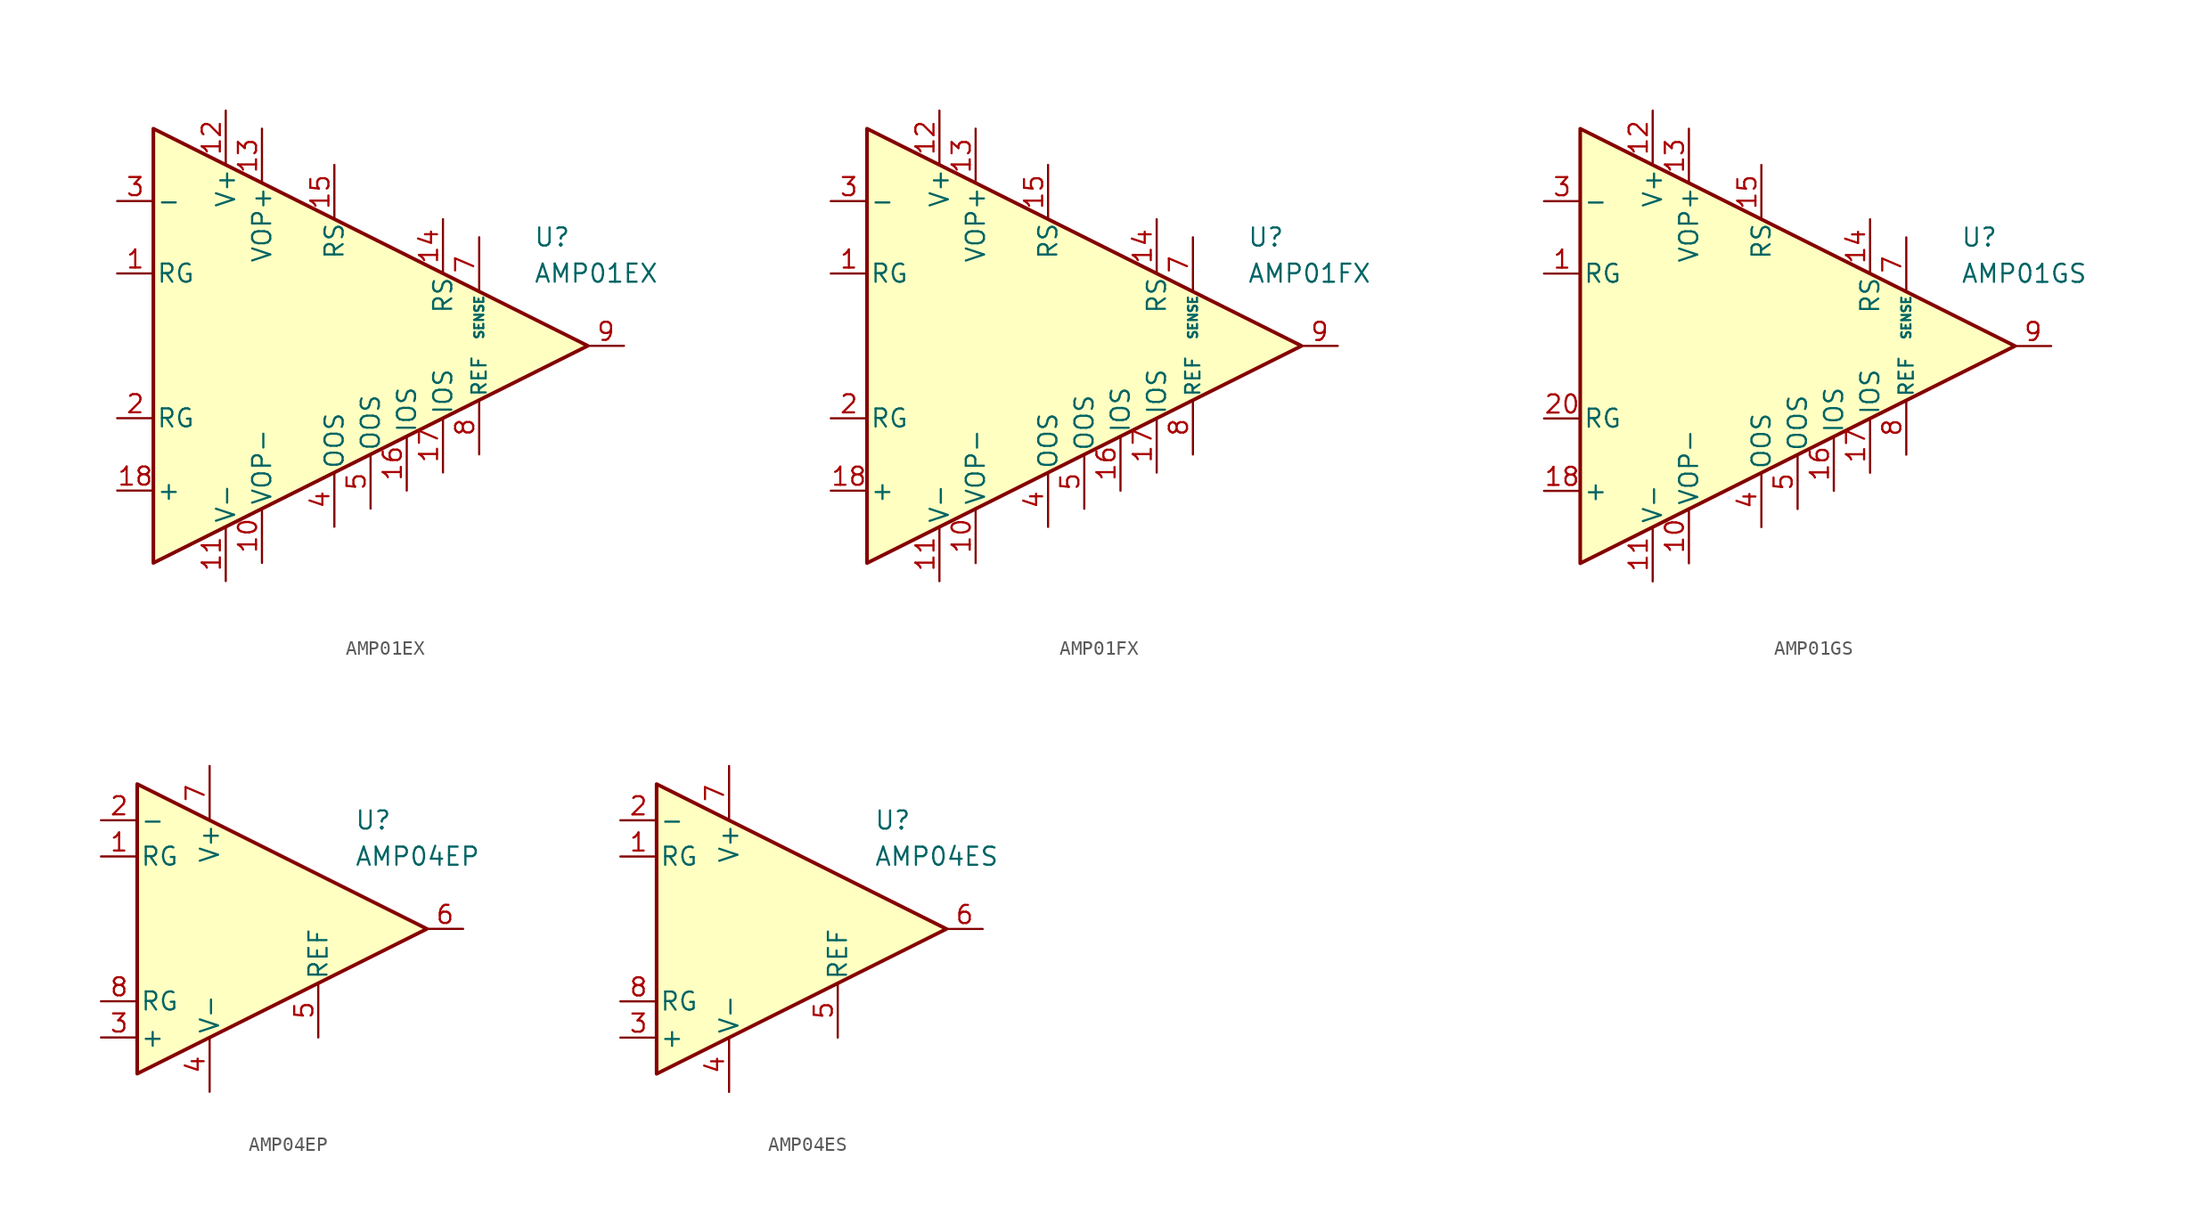
<source format=kicad_sym>
(kicad_symbol_lib
  (version 20231120)
  (generator "kicad_symbol_editor")
  (generator_version "8.0")
  (symbol "AMP01EX"
    (pin_names
      (offset 0.2))
    (property "Reference" "U"
      (at 17.78 7.62 0)
      (effects (font (size 1.27 1.27)) (justify left)))
    (property "Value" "AMP01EX"
      (at 17.78 5.08 0)
      (effects (font (size 1.27 1.27)) (justify left)))
    (symbol "AMP01EX_0_1"
      (polyline (pts (xy -8.89 15.24) (xy -8.89 -15.24) (xy 21.59 0) (xy -8.89 15.24)) (stroke (width 0.254) (type default)) (fill (type background))))
    (symbol "AMP01EX_1_1"
      (pin passive line (at -11.43 5.08 0) (length 2.54) (name "RG" (effects (font (size 1.27 1.27)))) (number "1" (effects (font (size 1.27 1.27)))))
      (pin power_in line (at -1.27 -15.24 90) (length 3.81) (name "VOP-" (effects (font (size 1.27 1.27)))) (number "10" (effects (font (size 1.27 1.27)))))
      (pin power_in line (at -3.81 -16.51 90) (length 3.81) (name "V-" (effects (font (size 1.27 1.27)))) (number "11" (effects (font (size 1.27 1.27)))))
      (pin power_in line (at -3.81 16.51 270) (length 3.81) (name "V+" (effects (font (size 1.27 1.27)))) (number "12" (effects (font (size 1.27 1.27)))))
      (pin power_in line (at -1.27 15.24 270) (length 3.81) (name "VOP+" (effects (font (size 1.27 1.27)))) (number "13" (effects (font (size 1.27 1.27)))))
      (pin passive line (at 11.43 8.89 270) (length 3.81) (name "RS" (effects (font (size 1.27 1.27)))) (number "14" (effects (font (size 1.27 1.27)))))
      (pin passive line (at 3.81 12.7 270) (length 3.81) (name "RS" (effects (font (size 1.27 1.27)))) (number "15" (effects (font (size 1.27 1.27)))))
      (pin passive line (at 8.89 -10.16 90) (length 3.81) (name "IOS" (effects (font (size 1.27 1.27)))) (number "16" (effects (font (size 1.27 1.27)))))
      (pin passive line (at 11.43 -8.89 90) (length 3.81) (name "IOS" (effects (font (size 1.27 1.27)))) (number "17" (effects (font (size 1.27 1.27)))))
      (pin input line (at -11.43 -10.16 0) (length 2.54) (name "+" (effects (font (size 1.27 1.27)))) (number "18" (effects (font (size 1.27 1.27)))))
      (pin passive line (at -11.43 -5.08 0) (length 2.54) (name "RG" (effects (font (size 1.27 1.27)))) (number "2" (effects (font (size 1.27 1.27)))))
      (pin input line (at -11.43 10.16 0) (length 2.54) (name "-" (effects (font (size 1.27 1.27)))) (number "3" (effects (font (size 1.27 1.27)))))
      (pin passive line (at 3.81 -12.7 90) (length 3.81) (name "OOS" (effects (font (size 1.27 1.27)))) (number "4" (effects (font (size 1.27 1.27)))))
      (pin passive line (at 6.35 -11.43 90) (length 3.81) (name "OOS" (effects (font (size 1.27 1.27)))) (number "5" (effects (font (size 1.27 1.27)))))
      (pin no_connect line (at 0 0 0) (length 2.54) hide (name "NC" (effects (font (size 1.27 1.27)))) (number "6" (effects (font (size 1.27 1.27)))))
      (pin input line (at 13.97 7.62 270) (length 3.81) (name "SENSE" (effects (font (size 0.635 0.635)))) (number "7" (effects (font (size 1.27 1.27)))))
      (pin input line (at 13.97 -7.62 90) (length 3.81) (name "REF" (effects (font (size 1 1)))) (number "8" (effects (font (size 1.27 1.27)))))
      (pin output line (at 24.13 0 180) (length 2.54) (name "~" (effects (font (size 1.27 1.27)))) (number "9" (effects (font (size 1.27 1.27)))))))
  (symbol "AMP01FX"
    (pin_names
      (offset 0.2))
    (property "Reference" "U"
      (at 17.78 7.62 0)
      (effects (font (size 1.27 1.27)) (justify left)))
    (property "Value" "AMP01FX"
      (at 17.78 5.08 0)
      (effects (font (size 1.27 1.27)) (justify left)))
    (symbol "AMP01FX_0_1"
      (polyline (pts (xy -8.89 15.24) (xy -8.89 -15.24) (xy 21.59 0) (xy -8.89 15.24)) (stroke (width 0.254) (type default)) (fill (type background))))
    (symbol "AMP01FX_1_1"
      (pin passive line (at -11.43 5.08 0) (length 2.54) (name "RG" (effects (font (size 1.27 1.27)))) (number "1" (effects (font (size 1.27 1.27)))))
      (pin power_in line (at -1.27 -15.24 90) (length 3.81) (name "VOP-" (effects (font (size 1.27 1.27)))) (number "10" (effects (font (size 1.27 1.27)))))
      (pin power_in line (at -3.81 -16.51 90) (length 3.81) (name "V-" (effects (font (size 1.27 1.27)))) (number "11" (effects (font (size 1.27 1.27)))))
      (pin power_in line (at -3.81 16.51 270) (length 3.81) (name "V+" (effects (font (size 1.27 1.27)))) (number "12" (effects (font (size 1.27 1.27)))))
      (pin power_in line (at -1.27 15.24 270) (length 3.81) (name "VOP+" (effects (font (size 1.27 1.27)))) (number "13" (effects (font (size 1.27 1.27)))))
      (pin passive line (at 11.43 8.89 270) (length 3.81) (name "RS" (effects (font (size 1.27 1.27)))) (number "14" (effects (font (size 1.27 1.27)))))
      (pin passive line (at 3.81 12.7 270) (length 3.81) (name "RS" (effects (font (size 1.27 1.27)))) (number "15" (effects (font (size 1.27 1.27)))))
      (pin passive line (at 8.89 -10.16 90) (length 3.81) (name "IOS" (effects (font (size 1.27 1.27)))) (number "16" (effects (font (size 1.27 1.27)))))
      (pin passive line (at 11.43 -8.89 90) (length 3.81) (name "IOS" (effects (font (size 1.27 1.27)))) (number "17" (effects (font (size 1.27 1.27)))))
      (pin input line (at -11.43 -10.16 0) (length 2.54) (name "+" (effects (font (size 1.27 1.27)))) (number "18" (effects (font (size 1.27 1.27)))))
      (pin passive line (at -11.43 -5.08 0) (length 2.54) (name "RG" (effects (font (size 1.27 1.27)))) (number "2" (effects (font (size 1.27 1.27)))))
      (pin input line (at -11.43 10.16 0) (length 2.54) (name "-" (effects (font (size 1.27 1.27)))) (number "3" (effects (font (size 1.27 1.27)))))
      (pin passive line (at 3.81 -12.7 90) (length 3.81) (name "OOS" (effects (font (size 1.27 1.27)))) (number "4" (effects (font (size 1.27 1.27)))))
      (pin passive line (at 6.35 -11.43 90) (length 3.81) (name "OOS" (effects (font (size 1.27 1.27)))) (number "5" (effects (font (size 1.27 1.27)))))
      (pin no_connect line (at 0 0 0) (length 2.54) hide (name "NC" (effects (font (size 1.27 1.27)))) (number "6" (effects (font (size 1.27 1.27)))))
      (pin input line (at 13.97 7.62 270) (length 3.81) (name "SENSE" (effects (font (size 0.635 0.635)))) (number "7" (effects (font (size 1.27 1.27)))))
      (pin input line (at 13.97 -7.62 90) (length 3.81) (name "REF" (effects (font (size 1 1)))) (number "8" (effects (font (size 1.27 1.27)))))
      (pin output line (at 24.13 0 180) (length 2.54) (name "~" (effects (font (size 1.27 1.27)))) (number "9" (effects (font (size 1.27 1.27)))))))
  (symbol "AMP01GS"
    (pin_names
      (offset 0.2))
    (property "Reference" "U"
      (at 17.78 7.62 0)
      (effects (font (size 1.27 1.27)) (justify left)))
    (property "Value" "AMP01GS"
      (at 17.78 5.08 0)
      (effects (font (size 1.27 1.27)) (justify left)))
    (symbol "AMP01GS_0_1"
      (polyline (pts (xy -8.89 15.24) (xy -8.89 -15.24) (xy 21.59 0) (xy -8.89 15.24)) (stroke (width 0.254) (type default)) (fill (type background))))
    (symbol "AMP01GS_1_1"
      (pin passive line (at -11.43 5.08 0) (length 2.54) (name "RG" (effects (font (size 1.27 1.27)))) (number "1" (effects (font (size 1.27 1.27)))))
      (pin power_in line (at -1.27 -15.24 90) (length 3.81) (name "VOP-" (effects (font (size 1.27 1.27)))) (number "10" (effects (font (size 1.27 1.27)))))
      (pin power_in line (at -3.81 -16.51 90) (length 3.81) (name "V-" (effects (font (size 1.27 1.27)))) (number "11" (effects (font (size 1.27 1.27)))))
      (pin power_in line (at -3.81 16.51 270) (length 3.81) (name "V+" (effects (font (size 1.27 1.27)))) (number "12" (effects (font (size 1.27 1.27)))))
      (pin power_in line (at -1.27 15.24 270) (length 3.81) (name "VOP+" (effects (font (size 1.27 1.27)))) (number "13" (effects (font (size 1.27 1.27)))))
      (pin passive line (at 11.43 8.89 270) (length 3.81) (name "RS" (effects (font (size 1.27 1.27)))) (number "14" (effects (font (size 1.27 1.27)))))
      (pin passive line (at 3.81 12.7 270) (length 3.81) (name "RS" (effects (font (size 1.27 1.27)))) (number "15" (effects (font (size 1.27 1.27)))))
      (pin passive line (at 8.89 -10.16 90) (length 3.81) (name "IOS" (effects (font (size 1.27 1.27)))) (number "16" (effects (font (size 1.27 1.27)))))
      (pin passive line (at 11.43 -8.89 90) (length 3.81) (name "IOS" (effects (font (size 1.27 1.27)))) (number "17" (effects (font (size 1.27 1.27)))))
      (pin input line (at -11.43 -10.16 0) (length 2.54) (name "+" (effects (font (size 1.27 1.27)))) (number "18" (effects (font (size 1.27 1.27)))))
      (pin no_connect line (at -1.27 -2.54 0) (length 2.54) hide (name "NC" (effects (font (size 1.27 1.27)))) (number "19" (effects (font (size 1.27 1.27)))))
      (pin no_connect line (at -1.27 2.54 0) (length 2.54) hide (name "NC" (effects (font (size 1.27 1.27)))) (number "2" (effects (font (size 1.27 1.27)))))
      (pin passive line (at -11.43 -5.08 0) (length 2.54) (name "RG" (effects (font (size 1.27 1.27)))) (number "20" (effects (font (size 1.27 1.27)))))
      (pin input line (at -11.43 10.16 0) (length 2.54) (name "-" (effects (font (size 1.27 1.27)))) (number "3" (effects (font (size 1.27 1.27)))))
      (pin passive line (at 3.81 -12.7 90) (length 3.81) (name "OOS" (effects (font (size 1.27 1.27)))) (number "4" (effects (font (size 1.27 1.27)))))
      (pin passive line (at 6.35 -11.43 90) (length 3.81) (name "OOS" (effects (font (size 1.27 1.27)))) (number "5" (effects (font (size 1.27 1.27)))))
      (pin no_connect line (at -1.27 0 0) (length 2.54) hide (name "NC" (effects (font (size 1.27 1.27)))) (number "6" (effects (font (size 1.27 1.27)))))
      (pin input line (at 13.97 7.62 270) (length 3.81) (name "SENSE" (effects (font (size 0.635 0.635)))) (number "7" (effects (font (size 1.27 1.27)))))
      (pin input line (at 13.97 -7.62 90) (length 3.81) (name "REF" (effects (font (size 1 1)))) (number "8" (effects (font (size 1.27 1.27)))))
      (pin output line (at 24.13 0 180) (length 2.54) (name "~" (effects (font (size 1.27 1.27)))) (number "9" (effects (font (size 1.27 1.27)))))))
  (symbol "AMP04EP"
    (pin_names
      (offset 0.2))
    (property "Reference" "U"
      (at 6.35 7.62 0)
      (effects (font (size 1.27 1.27)) (justify left)))
    (property "Value" "AMP04EP"
      (at 6.35 5.08 0)
      (effects (font (size 1.27 1.27)) (justify left)))
    (symbol "AMP04EP_0_1"
      (polyline (pts (xy -8.89 10.16) (xy -8.89 -10.16) (xy 11.43 0) (xy -8.89 10.16)) (stroke (width 0.254) (type default)) (fill (type background))))
    (symbol "AMP04EP_1_1"
      (pin passive line (at -11.43 5.08 0) (length 2.54) (name "RG" (effects (font (size 1.27 1.27)))) (number "1" (effects (font (size 1.27 1.27)))))
      (pin input line (at -11.43 7.62 0) (length 2.54) (name "-" (effects (font (size 1.27 1.27)))) (number "2" (effects (font (size 1.27 1.27)))))
      (pin input line (at -11.43 -7.62 0) (length 2.54) (name "+" (effects (font (size 1.27 1.27)))) (number "3" (effects (font (size 1.27 1.27)))))
      (pin power_in line (at -3.81 -11.43 90) (length 3.81) (name "V-" (effects (font (size 1.27 1.27)))) (number "4" (effects (font (size 1.27 1.27)))))
      (pin input line (at 3.81 -7.62 90) (length 3.81) (name "REF" (effects (font (size 1.27 1.27)))) (number "5" (effects (font (size 1.27 1.27)))))
      (pin output line (at 13.97 0 180) (length 2.54) (name "~" (effects (font (size 1.27 1.27)))) (number "6" (effects (font (size 1.27 1.27)))))
      (pin power_in line (at -3.81 11.43 270) (length 3.81) (name "V+" (effects (font (size 1.27 1.27)))) (number "7" (effects (font (size 1.27 1.27)))))
      (pin passive line (at -11.43 -5.08 0) (length 2.54) (name "RG" (effects (font (size 1.27 1.27)))) (number "8" (effects (font (size 1.27 1.27)))))))
  (symbol "AMP04ES"
    (pin_names
      (offset 0.2))
    (property "Reference" "U"
      (at 6.35 7.62 0)
      (effects (font (size 1.27 1.27)) (justify left)))
    (property "Value" "AMP04ES"
      (at 6.35 5.08 0)
      (effects (font (size 1.27 1.27)) (justify left)))
    (symbol "AMP04ES_0_1"
      (polyline (pts (xy -8.89 10.16) (xy -8.89 -10.16) (xy 11.43 0) (xy -8.89 10.16)) (stroke (width 0.254) (type default)) (fill (type background))))
    (symbol "AMP04ES_1_1"
      (pin passive line (at -11.43 5.08 0) (length 2.54) (name "RG" (effects (font (size 1.27 1.27)))) (number "1" (effects (font (size 1.27 1.27)))))
      (pin input line (at -11.43 7.62 0) (length 2.54) (name "-" (effects (font (size 1.27 1.27)))) (number "2" (effects (font (size 1.27 1.27)))))
      (pin input line (at -11.43 -7.62 0) (length 2.54) (name "+" (effects (font (size 1.27 1.27)))) (number "3" (effects (font (size 1.27 1.27)))))
      (pin power_in line (at -3.81 -11.43 90) (length 3.81) (name "V-" (effects (font (size 1.27 1.27)))) (number "4" (effects (font (size 1.27 1.27)))))
      (pin input line (at 3.81 -7.62 90) (length 3.81) (name "REF" (effects (font (size 1.27 1.27)))) (number "5" (effects (font (size 1.27 1.27)))))
      (pin output line (at 13.97 0 180) (length 2.54) (name "~" (effects (font (size 1.27 1.27)))) (number "6" (effects (font (size 1.27 1.27)))))
      (pin power_in line (at -3.81 11.43 270) (length 3.81) (name "V+" (effects (font (size 1.27 1.27)))) (number "7" (effects (font (size 1.27 1.27)))))
      (pin passive line (at -11.43 -5.08 0) (length 2.54) (name "RG" (effects (font (size 1.27 1.27)))) (number "8" (effects (font (size 1.27 1.27))))))))
</source>
